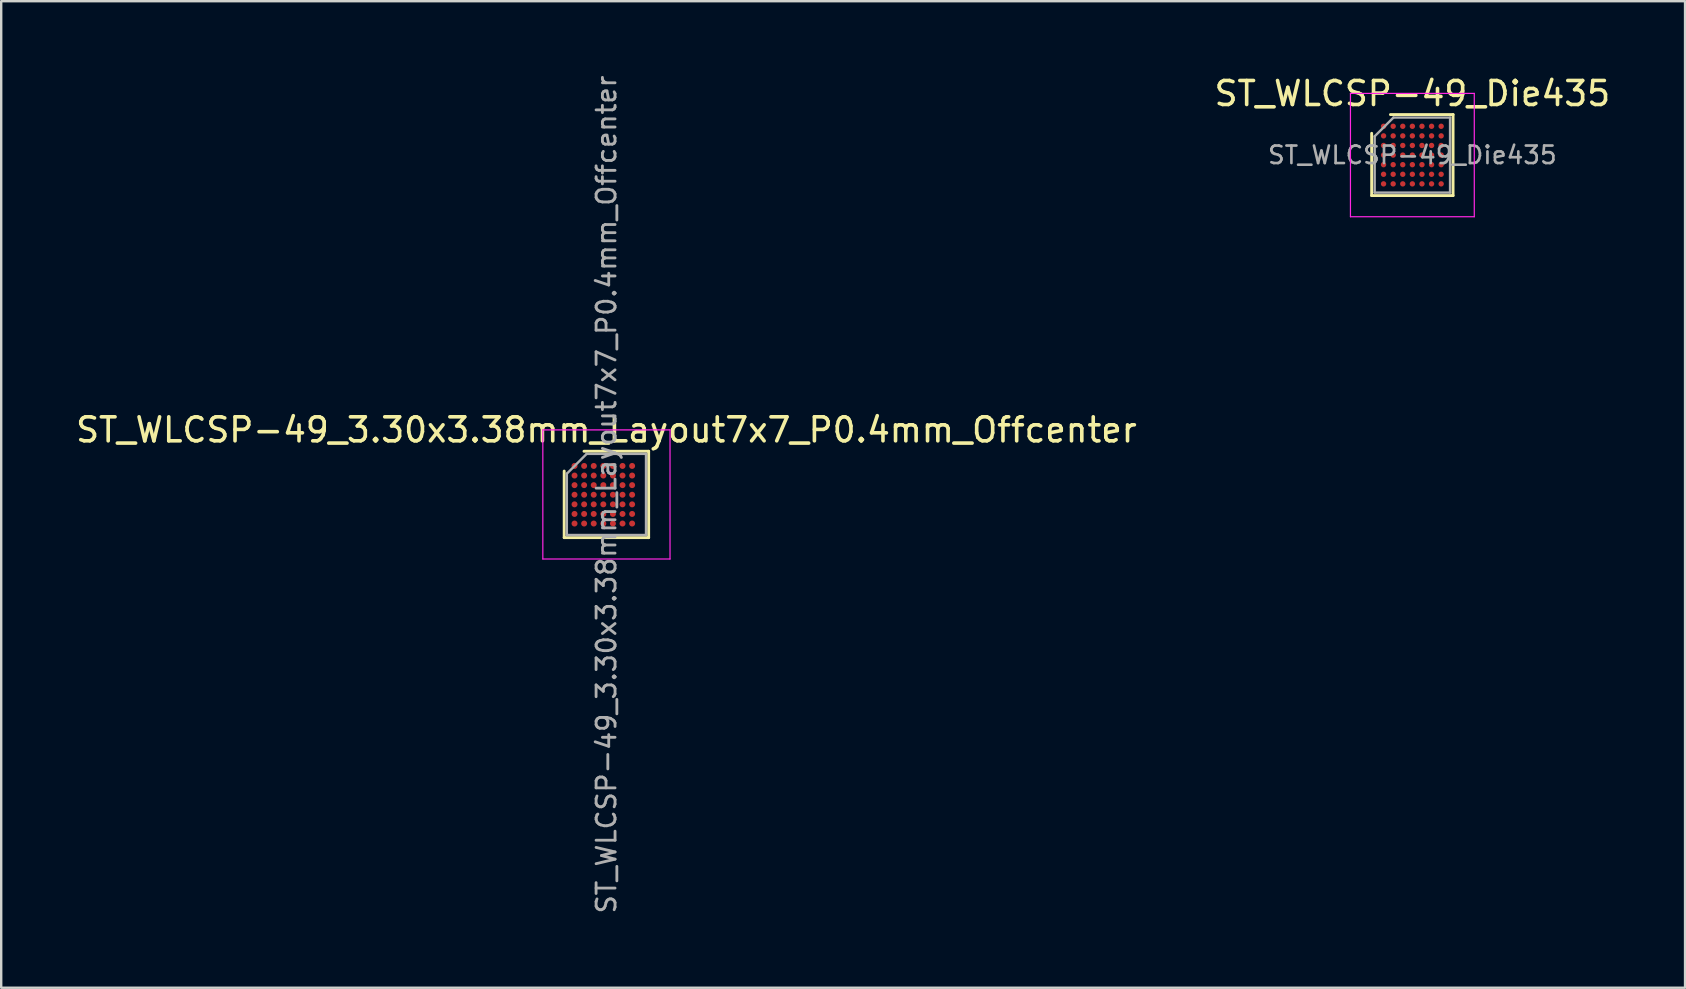
<source format=kicad_pcb>
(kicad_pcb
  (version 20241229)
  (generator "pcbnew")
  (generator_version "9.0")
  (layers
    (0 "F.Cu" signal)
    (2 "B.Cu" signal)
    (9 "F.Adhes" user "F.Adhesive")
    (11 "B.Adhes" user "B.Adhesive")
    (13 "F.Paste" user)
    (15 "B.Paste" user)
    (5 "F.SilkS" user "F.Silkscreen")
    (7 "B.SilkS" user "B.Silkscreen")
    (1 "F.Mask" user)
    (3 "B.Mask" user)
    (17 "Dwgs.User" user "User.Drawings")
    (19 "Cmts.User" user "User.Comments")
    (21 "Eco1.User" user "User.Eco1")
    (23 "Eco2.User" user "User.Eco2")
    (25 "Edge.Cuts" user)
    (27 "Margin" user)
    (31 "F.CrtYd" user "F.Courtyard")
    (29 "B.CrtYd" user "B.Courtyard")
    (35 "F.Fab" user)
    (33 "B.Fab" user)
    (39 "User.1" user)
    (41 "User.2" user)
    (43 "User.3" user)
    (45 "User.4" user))
  (footprint "ST_WLCSP-49_3.30x3.38mm_Layout7x7_P0.4mm_Offcenter"
    (layer "F.Cu")
    (at 22.22 17.554)
    (property "Reference" "ST_WLCSP-49_3.30x3.38mm_Layout7x7_P0.4mm_Offcenter" (at 0 -2.69 0) (layer "F.SilkS") (effects (font (size 1 1) (thickness 0.15))))
    (attr smd)
    (fp_line (start -1.76 1.8) (end -1.76 -0.975) (stroke (width 0.12) (type solid)) (layer "F.SilkS"))
    (fp_line (start -0.935 -1.8) (end 1.76 -1.8) (stroke (width 0.12) (type solid)) (layer "F.SilkS"))
    (fp_line (start 1.76 -1.8) (end 1.76 1.8) (stroke (width 0.12) (type solid)) (layer "F.SilkS"))
    (fp_line (start 1.76 1.8) (end -1.76 1.8) (stroke (width 0.12) (type solid)) (layer "F.SilkS"))
    (fp_line (start -2.65 -2.69) (end -2.65 2.69) (stroke (width 0.05) (type solid)) (layer "F.CrtYd"))
    (fp_line (start -2.65 2.69) (end 2.65 2.69) (stroke (width 0.05) (type solid)) (layer "F.CrtYd"))
    (fp_line (start 2.65 -2.69) (end -2.65 -2.69) (stroke (width 0.05) (type solid)) (layer "F.CrtYd"))
    (fp_line (start 2.65 2.69) (end 2.65 -2.69) (stroke (width 0.05) (type solid)) (layer "F.CrtYd"))
    (fp_line (start -1.65 -0.865) (end -0.825 -1.69) (stroke (width 0.1) (type solid)) (layer "F.Fab"))
    (fp_line (start -1.65 1.69) (end -1.65 -0.865) (stroke (width 0.1) (type solid)) (layer "F.Fab"))
    (fp_line (start -0.825 -1.69) (end 1.65 -1.69) (stroke (width 0.1) (type solid)) (layer "F.Fab"))
    (fp_line (start 1.65 -1.69) (end 1.65 1.69) (stroke (width 0.1) (type solid)) (layer "F.Fab"))
    (fp_line (start 1.65 1.69) (end -1.65 1.69) (stroke (width 0.1) (type solid)) (layer "F.Fab"))
    (fp_text user "${REFERENCE}" (at 0 0 270) (layer "F.Fab") (effects (font (size 0.79 0.79) (thickness 0.118))))
    (pad "A1" smd circle (at -1.329 -1.188) (size 0.25 0.25) (layers "F.Cu" "F.Mask" "F.Paste"))
    (pad "A2" smd circle (at -0.929 -1.188) (size 0.25 0.25) (layers "F.Cu" "F.Mask" "F.Paste"))
    (pad "A3" smd circle (at -0.529 -1.188) (size 0.25 0.25) (layers "F.Cu" "F.Mask" "F.Paste"))
    (pad "A4" smd circle (at -0.129 -1.188) (size 0.25 0.25) (layers "F.Cu" "F.Mask" "F.Paste"))
    (pad "A5" smd circle (at 0.271 -1.188) (size 0.25 0.25) (layers "F.Cu" "F.Mask" "F.Paste"))
    (pad "A6" smd circle (at 0.671 -1.188) (size 0.25 0.25) (layers "F.Cu" "F.Mask" "F.Paste"))
    (pad "A7" smd circle (at 1.071 -1.188) (size 0.25 0.25) (layers "F.Cu" "F.Mask" "F.Paste"))
    (pad "B1" smd circle (at -1.329 -0.788) (size 0.25 0.25) (layers "F.Cu" "F.Mask" "F.Paste"))
    (pad "B2" smd circle (at -0.929 -0.788) (size 0.25 0.25) (layers "F.Cu" "F.Mask" "F.Paste"))
    (pad "B3" smd circle (at -0.529 -0.788) (size 0.25 0.25) (layers "F.Cu" "F.Mask" "F.Paste"))
    (pad "B4" smd circle (at -0.129 -0.788) (size 0.25 0.25) (layers "F.Cu" "F.Mask" "F.Paste"))
    (pad "B5" smd circle (at 0.271 -0.788) (size 0.25 0.25) (layers "F.Cu" "F.Mask" "F.Paste"))
    (pad "B6" smd circle (at 0.671 -0.788) (size 0.25 0.25) (layers "F.Cu" "F.Mask" "F.Paste"))
    (pad "B7" smd circle (at 1.071 -0.788) (size 0.25 0.25) (layers "F.Cu" "F.Mask" "F.Paste"))
    (pad "C1" smd circle (at -1.329 -0.388) (size 0.25 0.25) (layers "F.Cu" "F.Mask" "F.Paste"))
    (pad "C2" smd circle (at -0.929 -0.388) (size 0.25 0.25) (layers "F.Cu" "F.Mask" "F.Paste"))
    (pad "C3" smd circle (at -0.529 -0.388) (size 0.25 0.25) (layers "F.Cu" "F.Mask" "F.Paste"))
    (pad "C4" smd circle (at -0.129 -0.388) (size 0.25 0.25) (layers "F.Cu" "F.Mask" "F.Paste"))
    (pad "C5" smd circle (at 0.271 -0.388) (size 0.25 0.25) (layers "F.Cu" "F.Mask" "F.Paste"))
    (pad "C6" smd circle (at 0.671 -0.388) (size 0.25 0.25) (layers "F.Cu" "F.Mask" "F.Paste"))
    (pad "C7" smd circle (at 1.071 -0.388) (size 0.25 0.25) (layers "F.Cu" "F.Mask" "F.Paste"))
    (pad "D1" smd circle (at -1.329 0.012) (size 0.25 0.25) (layers "F.Cu" "F.Mask" "F.Paste"))
    (pad "D2" smd circle (at -0.929 0.012) (size 0.25 0.25) (layers "F.Cu" "F.Mask" "F.Paste"))
    (pad "D3" smd circle (at -0.529 0.012) (size 0.25 0.25) (layers "F.Cu" "F.Mask" "F.Paste"))
    (pad "D4" smd circle (at -0.129 0.012) (size 0.25 0.25) (layers "F.Cu" "F.Mask" "F.Paste"))
    (pad "D5" smd circle (at 0.271 0.012) (size 0.25 0.25) (layers "F.Cu" "F.Mask" "F.Paste"))
    (pad "D6" smd circle (at 0.671 0.012) (size 0.25 0.25) (layers "F.Cu" "F.Mask" "F.Paste"))
    (pad "D7" smd circle (at 1.071 0.012) (size 0.25 0.25) (layers "F.Cu" "F.Mask" "F.Paste"))
    (pad "E1" smd circle (at -1.329 0.412) (size 0.25 0.25) (layers "F.Cu" "F.Mask" "F.Paste"))
    (pad "E2" smd circle (at -0.929 0.412) (size 0.25 0.25) (layers "F.Cu" "F.Mask" "F.Paste"))
    (pad "E3" smd circle (at -0.529 0.412) (size 0.25 0.25) (layers "F.Cu" "F.Mask" "F.Paste"))
    (pad "E4" smd circle (at -0.129 0.412) (size 0.25 0.25) (layers "F.Cu" "F.Mask" "F.Paste"))
    (pad "E5" smd circle (at 0.271 0.412) (size 0.25 0.25) (layers "F.Cu" "F.Mask" "F.Paste"))
    (pad "E6" smd circle (at 0.671 0.412) (size 0.25 0.25) (layers "F.Cu" "F.Mask" "F.Paste"))
    (pad "E7" smd circle (at 1.071 0.412) (size 0.25 0.25) (layers "F.Cu" "F.Mask" "F.Paste"))
    (pad "F1" smd circle (at -1.329 0.812) (size 0.25 0.25) (layers "F.Cu" "F.Mask" "F.Paste"))
    (pad "F2" smd circle (at -0.929 0.812) (size 0.25 0.25) (layers "F.Cu" "F.Mask" "F.Paste"))
    (pad "F3" smd circle (at -0.529 0.812) (size 0.25 0.25) (layers "F.Cu" "F.Mask" "F.Paste"))
    (pad "F4" smd circle (at -0.129 0.812) (size 0.25 0.25) (layers "F.Cu" "F.Mask" "F.Paste"))
    (pad "F5" smd circle (at 0.271 0.812) (size 0.25 0.25) (layers "F.Cu" "F.Mask" "F.Paste"))
    (pad "F6" smd circle (at 0.671 0.812) (size 0.25 0.25) (layers "F.Cu" "F.Mask" "F.Paste"))
    (pad "F7" smd circle (at 1.071 0.812) (size 0.25 0.25) (layers "F.Cu" "F.Mask" "F.Paste"))
    (pad "G1" smd circle (at -1.329 1.212) (size 0.25 0.25) (layers "F.Cu" "F.Mask" "F.Paste"))
    (pad "G2" smd circle (at -0.929 1.212) (size 0.25 0.25) (layers "F.Cu" "F.Mask" "F.Paste"))
    (pad "G3" smd circle (at -0.529 1.212) (size 0.25 0.25) (layers "F.Cu" "F.Mask" "F.Paste"))
    (pad "G4" smd circle (at -0.129 1.212) (size 0.25 0.25) (layers "F.Cu" "F.Mask" "F.Paste"))
    (pad "G5" smd circle (at 0.271 1.212) (size 0.25 0.25) (layers "F.Cu" "F.Mask" "F.Paste"))
    (pad "G6" smd circle (at 0.671 1.212) (size 0.25 0.25) (layers "F.Cu" "F.Mask" "F.Paste"))
    (pad "G7" smd circle (at 1.071 1.212) (size 0.25 0.25) (layers "F.Cu" "F.Mask" "F.Paste")))
  (footprint "ST_WLCSP-49_Die435"
    (layer "F.Cu")
    (at 55.804 3.412)
    (property "Reference" "ST_WLCSP-49_Die435" (at 0 -2.563 0) (layer "F.SilkS") (effects (font (size 1 1) (thickness 0.15))))
    (attr smd)
    (fp_line (start -1.696 1.688) (end -1.696 -0.907) (stroke (width 0.12) (type solid)) (layer "F.SilkS"))
    (fp_line (start -0.914 -1.688) (end 1.696 -1.688) (stroke (width 0.12) (type solid)) (layer "F.SilkS"))
    (fp_line (start 1.696 -1.688) (end 1.696 1.688) (stroke (width 0.12) (type solid)) (layer "F.SilkS"))
    (fp_line (start 1.696 1.688) (end -1.696 1.688) (stroke (width 0.12) (type solid)) (layer "F.SilkS"))
    (fp_line (start -2.58 -2.57) (end -2.58 2.57) (stroke (width 0.05) (type solid)) (layer "F.CrtYd"))
    (fp_line (start -2.58 2.57) (end 2.58 2.57) (stroke (width 0.05) (type solid)) (layer "F.CrtYd"))
    (fp_line (start 2.58 -2.57) (end -2.58 -2.57) (stroke (width 0.05) (type solid)) (layer "F.CrtYd"))
    (fp_line (start 2.58 2.57) (end 2.58 -2.57) (stroke (width 0.05) (type solid)) (layer "F.CrtYd"))
    (fp_line (start -1.571 -0.782) (end -0.789 -1.563) (stroke (width 0.1) (type solid)) (layer "F.Fab"))
    (fp_line (start -1.571 1.563) (end -1.571 -0.782) (stroke (width 0.1) (type solid)) (layer "F.Fab"))
    (fp_line (start -0.789 -1.563) (end 1.571 -1.563) (stroke (width 0.1) (type solid)) (layer "F.Fab"))
    (fp_line (start 1.571 -1.563) (end 1.571 1.563) (stroke (width 0.1) (type solid)) (layer "F.Fab"))
    (fp_line (start 1.571 1.563) (end -1.571 1.563) (stroke (width 0.1) (type solid)) (layer "F.Fab"))
    (fp_text user "${REFERENCE}" (at 0 0 0) (layer "F.Fab") (effects (font (size 0.73 0.73) (thickness 0.11))))
    (pad "A1" smd circle (at -1.2 -1.2) (size 0.225 0.225) (layers "F.Cu" "F.Mask" "F.Paste"))
    (pad "A2" smd circle (at -0.8 -1.2) (size 0.225 0.225) (layers "F.Cu" "F.Mask" "F.Paste"))
    (pad "A3" smd circle (at -0.4 -1.2) (size 0.225 0.225) (layers "F.Cu" "F.Mask" "F.Paste"))
    (pad "A4" smd circle (at 0 -1.2) (size 0.225 0.225) (layers "F.Cu" "F.Mask" "F.Paste"))
    (pad "A5" smd circle (at 0.4 -1.2) (size 0.225 0.225) (layers "F.Cu" "F.Mask" "F.Paste"))
    (pad "A6" smd circle (at 0.8 -1.2) (size 0.225 0.225) (layers "F.Cu" "F.Mask" "F.Paste"))
    (pad "A7" smd circle (at 1.2 -1.2) (size 0.225 0.225) (layers "F.Cu" "F.Mask" "F.Paste"))
    (pad "B1" smd circle (at -1.2 -0.8) (size 0.225 0.225) (layers "F.Cu" "F.Mask" "F.Paste"))
    (pad "B2" smd circle (at -0.8 -0.8) (size 0.225 0.225) (layers "F.Cu" "F.Mask" "F.Paste"))
    (pad "B3" smd circle (at -0.4 -0.8) (size 0.225 0.225) (layers "F.Cu" "F.Mask" "F.Paste"))
    (pad "B4" smd circle (at 0 -0.8) (size 0.225 0.225) (layers "F.Cu" "F.Mask" "F.Paste"))
    (pad "B5" smd circle (at 0.4 -0.8) (size 0.225 0.225) (layers "F.Cu" "F.Mask" "F.Paste"))
    (pad "B6" smd circle (at 0.8 -0.8) (size 0.225 0.225) (layers "F.Cu" "F.Mask" "F.Paste"))
    (pad "B7" smd circle (at 1.2 -0.8) (size 0.225 0.225) (layers "F.Cu" "F.Mask" "F.Paste"))
    (pad "C1" smd circle (at -1.2 -0.4) (size 0.225 0.225) (layers "F.Cu" "F.Mask" "F.Paste"))
    (pad "C2" smd circle (at -0.8 -0.4) (size 0.225 0.225) (layers "F.Cu" "F.Mask" "F.Paste"))
    (pad "C3" smd circle (at -0.4 -0.4) (size 0.225 0.225) (layers "F.Cu" "F.Mask" "F.Paste"))
    (pad "C4" smd circle (at 0 -0.4) (size 0.225 0.225) (layers "F.Cu" "F.Mask" "F.Paste"))
    (pad "C5" smd circle (at 0.4 -0.4) (size 0.225 0.225) (layers "F.Cu" "F.Mask" "F.Paste"))
    (pad "C6" smd circle (at 0.8 -0.4) (size 0.225 0.225) (layers "F.Cu" "F.Mask" "F.Paste"))
    (pad "C7" smd circle (at 1.2 -0.4) (size 0.225 0.225) (layers "F.Cu" "F.Mask" "F.Paste"))
    (pad "D1" smd circle (at -1.2 0) (size 0.225 0.225) (layers "F.Cu" "F.Mask" "F.Paste"))
    (pad "D2" smd circle (at -0.8 0) (size 0.225 0.225) (layers "F.Cu" "F.Mask" "F.Paste"))
    (pad "D3" smd circle (at -0.4 0) (size 0.225 0.225) (layers "F.Cu" "F.Mask" "F.Paste"))
    (pad "D4" smd circle (at 0 0) (size 0.225 0.225) (layers "F.Cu" "F.Mask" "F.Paste"))
    (pad "D5" smd circle (at 0.4 0) (size 0.225 0.225) (layers "F.Cu" "F.Mask" "F.Paste"))
    (pad "D6" smd circle (at 0.8 0) (size 0.225 0.225) (layers "F.Cu" "F.Mask" "F.Paste"))
    (pad "D7" smd circle (at 1.2 0) (size 0.225 0.225) (layers "F.Cu" "F.Mask" "F.Paste"))
    (pad "E1" smd circle (at -1.2 0.4) (size 0.225 0.225) (layers "F.Cu" "F.Mask" "F.Paste"))
    (pad "E2" smd circle (at -0.8 0.4) (size 0.225 0.225) (layers "F.Cu" "F.Mask" "F.Paste"))
    (pad "E3" smd circle (at -0.4 0.4) (size 0.225 0.225) (layers "F.Cu" "F.Mask" "F.Paste"))
    (pad "E4" smd circle (at 0 0.4) (size 0.225 0.225) (layers "F.Cu" "F.Mask" "F.Paste"))
    (pad "E5" smd circle (at 0.4 0.4) (size 0.225 0.225) (layers "F.Cu" "F.Mask" "F.Paste"))
    (pad "E6" smd circle (at 0.8 0.4) (size 0.225 0.225) (layers "F.Cu" "F.Mask" "F.Paste"))
    (pad "E7" smd circle (at 1.2 0.4) (size 0.225 0.225) (layers "F.Cu" "F.Mask" "F.Paste"))
    (pad "F1" smd circle (at -1.2 0.8) (size 0.225 0.225) (layers "F.Cu" "F.Mask" "F.Paste"))
    (pad "F2" smd circle (at -0.8 0.8) (size 0.225 0.225) (layers "F.Cu" "F.Mask" "F.Paste"))
    (pad "F3" smd circle (at -0.4 0.8) (size 0.225 0.225) (layers "F.Cu" "F.Mask" "F.Paste"))
    (pad "F4" smd circle (at 0 0.8) (size 0.225 0.225) (layers "F.Cu" "F.Mask" "F.Paste"))
    (pad "F5" smd circle (at 0.4 0.8) (size 0.225 0.225) (layers "F.Cu" "F.Mask" "F.Paste"))
    (pad "F6" smd circle (at 0.8 0.8) (size 0.225 0.225) (layers "F.Cu" "F.Mask" "F.Paste"))
    (pad "F7" smd circle (at 1.2 0.8) (size 0.225 0.225) (layers "F.Cu" "F.Mask" "F.Paste"))
    (pad "G1" smd circle (at -1.2 1.2) (size 0.225 0.225) (layers "F.Cu" "F.Mask" "F.Paste"))
    (pad "G2" smd circle (at -0.8 1.2) (size 0.225 0.225) (layers "F.Cu" "F.Mask" "F.Paste"))
    (pad "G3" smd circle (at -0.4 1.2) (size 0.225 0.225) (layers "F.Cu" "F.Mask" "F.Paste"))
    (pad "G4" smd circle (at 0 1.2) (size 0.225 0.225) (layers "F.Cu" "F.Mask" "F.Paste"))
    (pad "G5" smd circle (at 0.4 1.2) (size 0.225 0.225) (layers "F.Cu" "F.Mask" "F.Paste"))
    (pad "G6" smd circle (at 0.8 1.2) (size 0.225 0.225) (layers "F.Cu" "F.Mask" "F.Paste"))
    (pad "G7" smd circle (at 1.2 1.2) (size 0.225 0.225) (layers "F.Cu" "F.Mask" "F.Paste")))
  (gr_rect
    (start -3 -3)
    (end 67.167 38.108)
    (stroke (width 0.1) (type default))
    (fill no)
    (layer "Edge.Cuts")))
</source>
